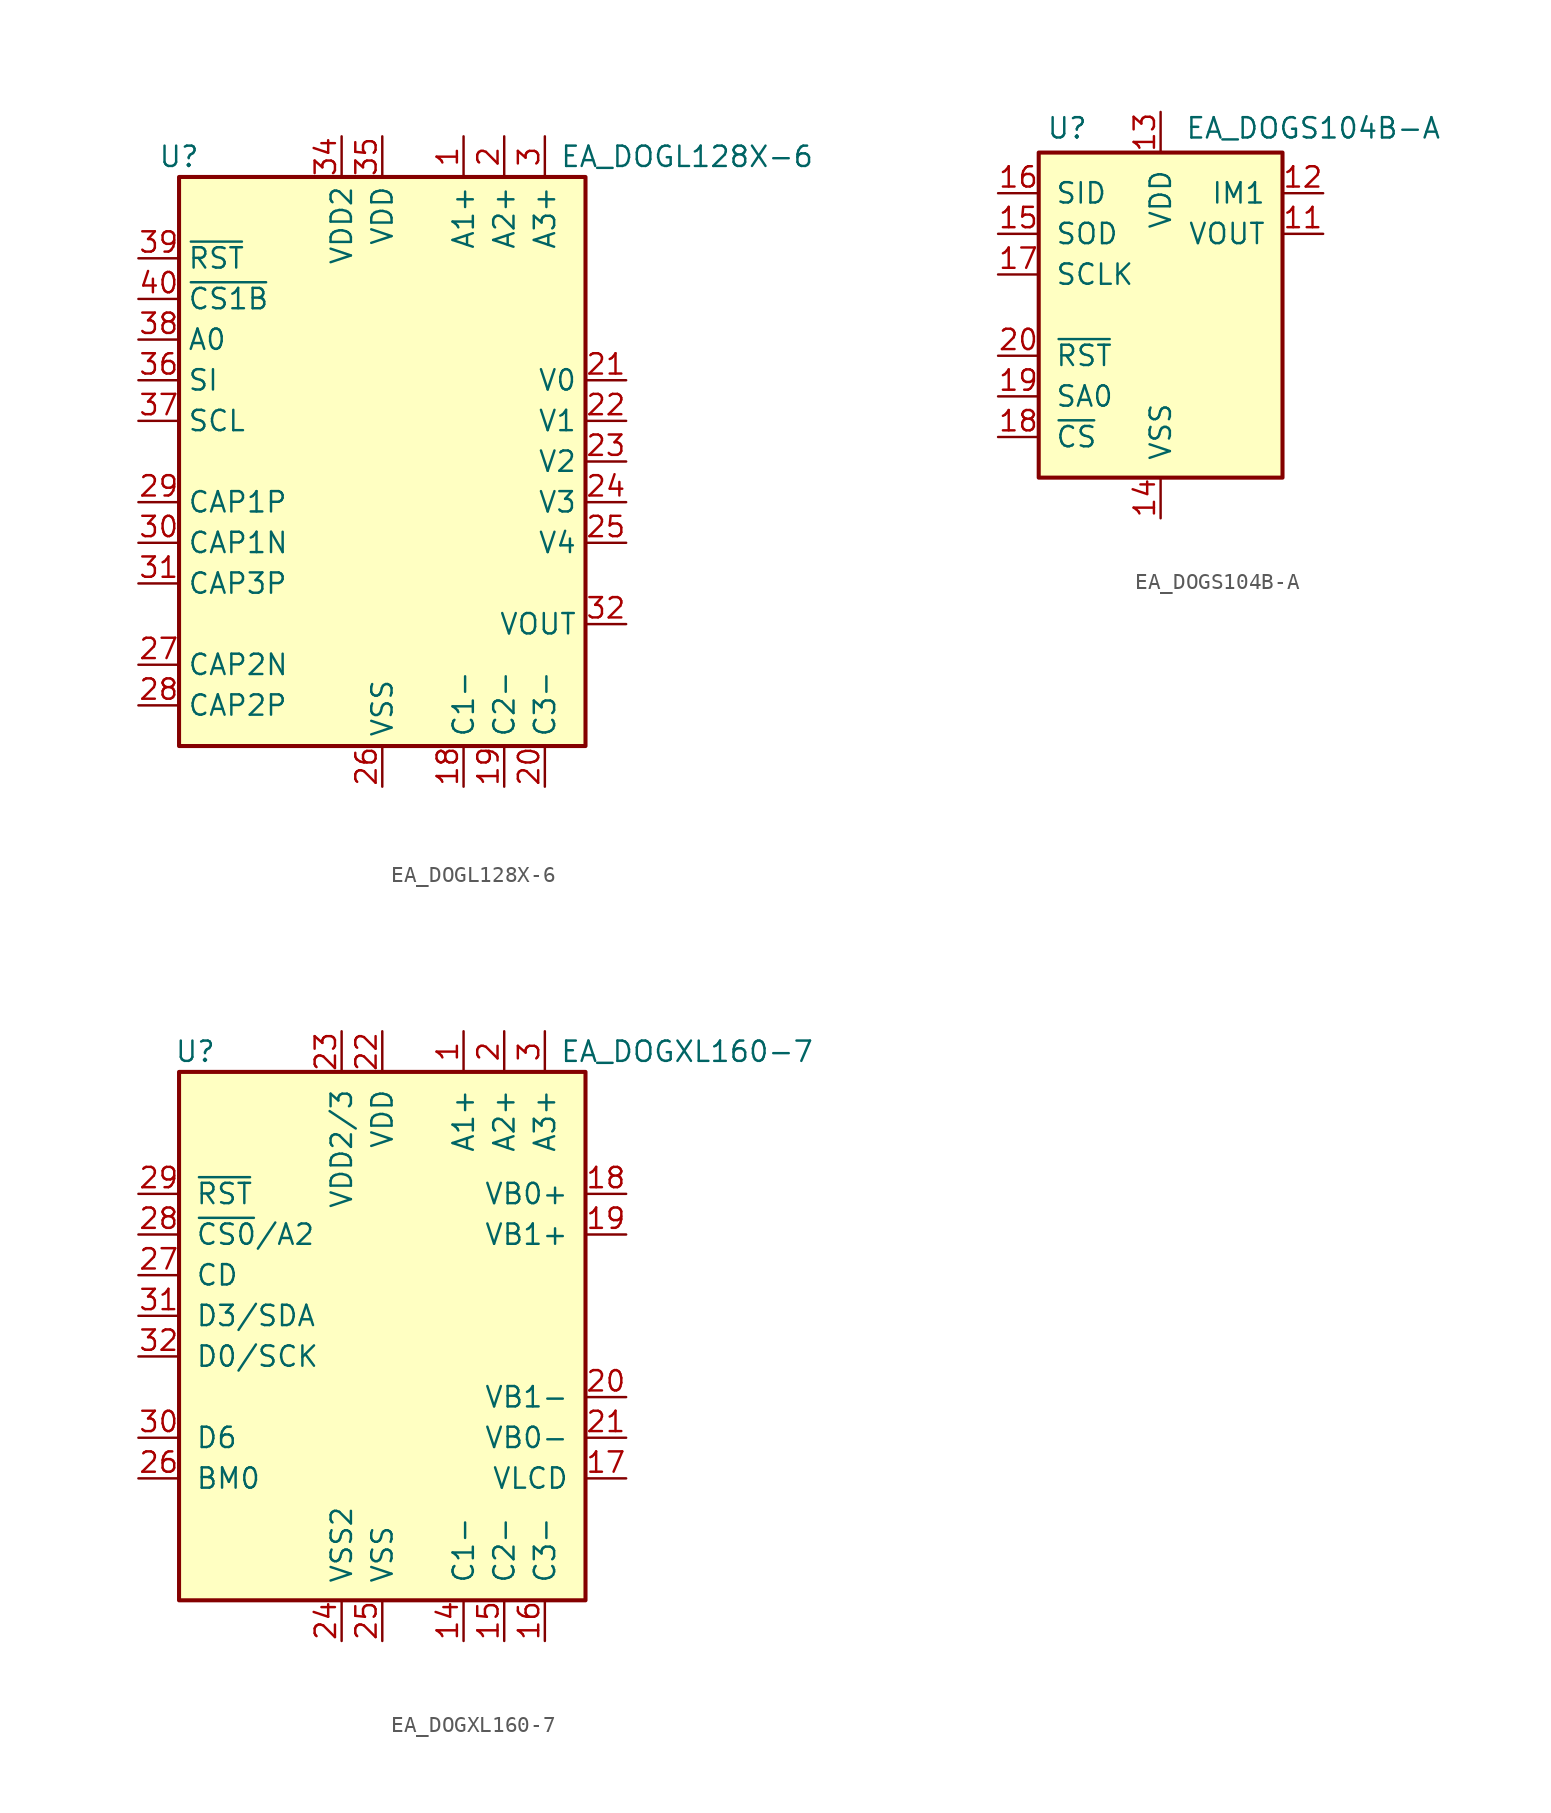
<source format=kicad_sym>
(kicad_symbol_lib
  (version 20241209)
  (generator "kicad_symbol_editor")
  (generator_version "9.0")
  (symbol "EA_DOGL128X-6"
    (property "Reference" "U"
      (at -12.7 19.05 0)
      (effects (font (size 1.27 1.27))))
    (property "Value" "EA_DOGL128X-6"
      (at 19.05 19.05 0)
      (effects (font (size 1.27 1.27))))
    (symbol "EA_DOGL128X-6_1_1"
      (rectangle (start -12.7 17.78) (end 12.7 -17.78) (stroke (width 0.254) (type default)) (fill (type background)))
      (pin input line (at -15.24 12.7 0) (length 2.54) (name "~{RST}" (effects (font (size 1.27 1.27)))) (number "39" (effects (font (size 1.27 1.27)))))
      (pin input line (at -15.24 10.16 0) (length 2.54) (name "~{CS1B}" (effects (font (size 1.27 1.27)))) (number "40" (effects (font (size 1.27 1.27)))))
      (pin input line (at -15.24 7.62 0) (length 2.54) (name "A0" (effects (font (size 1.27 1.27)))) (number "38" (effects (font (size 1.27 1.27)))))
      (pin input line (at -15.24 5.08 0) (length 2.54) (name "SI" (effects (font (size 1.27 1.27)))) (number "36" (effects (font (size 1.27 1.27)))))
      (pin input line (at -15.24 2.54 0) (length 2.54) (name "SCL" (effects (font (size 1.27 1.27)))) (number "37" (effects (font (size 1.27 1.27)))))
      (pin passive line (at -15.24 -2.54 0) (length 2.54) (name "CAP1P" (effects (font (size 1.27 1.27)))) (number "29" (effects (font (size 1.27 1.27)))))
      (pin passive line (at -15.24 -5.08 0) (length 2.54) (name "CAP1N" (effects (font (size 1.27 1.27)))) (number "30" (effects (font (size 1.27 1.27)))))
      (pin passive line (at -15.24 -7.62 0) (length 2.54) (name "CAP3P" (effects (font (size 1.27 1.27)))) (number "31" (effects (font (size 1.27 1.27)))))
      (pin passive line (at -15.24 -12.7 0) (length 2.54) (name "CAP2N" (effects (font (size 1.27 1.27)))) (number "27" (effects (font (size 1.27 1.27)))))
      (pin passive line (at -15.24 -15.24 0) (length 2.54) (name "CAP2P" (effects (font (size 1.27 1.27)))) (number "28" (effects (font (size 1.27 1.27)))))
      (pin power_in line (at -2.54 20.32 270) (length 2.54) (name "VDD2" (effects (font (size 1.27 1.27)))) (number "34" (effects (font (size 1.27 1.27)))))
      (pin power_in line (at 0 20.32 270) (length 2.54) (name "VDD" (effects (font (size 1.27 1.27)))) (number "35" (effects (font (size 1.27 1.27)))))
      (pin power_in line (at 0 -20.32 90) (length 2.54) (name "VSS" (effects (font (size 1.27 1.27)))) (number "26" (effects (font (size 1.27 1.27)))))
      (pin passive line (at 0 -20.32 90) (length 2.54) (hide yes) (name "VSS" (effects (font (size 1.27 1.27)))) (number "33" (effects (font (size 1.27 1.27)))))
      (pin power_in line (at 5.08 20.32 270) (length 2.54) (name "A1+" (effects (font (size 1.27 1.27)))) (number "1" (effects (font (size 1.27 1.27)))))
      (pin power_in line (at 5.08 -20.32 90) (length 2.54) (name "C1-" (effects (font (size 1.27 1.27)))) (number "18" (effects (font (size 1.27 1.27)))))
      (pin power_in line (at 7.62 20.32 270) (length 2.54) (name "A2+" (effects (font (size 1.27 1.27)))) (number "2" (effects (font (size 1.27 1.27)))))
      (pin power_in line (at 7.62 -20.32 90) (length 2.54) (name "C2-" (effects (font (size 1.27 1.27)))) (number "19" (effects (font (size 1.27 1.27)))))
      (pin power_in line (at 10.16 20.32 270) (length 2.54) (name "A3+" (effects (font (size 1.27 1.27)))) (number "3" (effects (font (size 1.27 1.27)))))
      (pin power_in line (at 10.16 -20.32 90) (length 2.54) (name "C3-" (effects (font (size 1.27 1.27)))) (number "20" (effects (font (size 1.27 1.27)))))
      (pin passive line (at 15.24 5.08 180) (length 2.54) (name "V0" (effects (font (size 1.27 1.27)))) (number "21" (effects (font (size 1.27 1.27)))))
      (pin passive line (at 15.24 2.54 180) (length 2.54) (name "V1" (effects (font (size 1.27 1.27)))) (number "22" (effects (font (size 1.27 1.27)))))
      (pin passive line (at 15.24 0 180) (length 2.54) (name "V2" (effects (font (size 1.27 1.27)))) (number "23" (effects (font (size 1.27 1.27)))))
      (pin passive line (at 15.24 -2.54 180) (length 2.54) (name "V3" (effects (font (size 1.27 1.27)))) (number "24" (effects (font (size 1.27 1.27)))))
      (pin passive line (at 15.24 -5.08 180) (length 2.54) (name "V4" (effects (font (size 1.27 1.27)))) (number "25" (effects (font (size 1.27 1.27)))))
      (pin output line (at 15.24 -10.16 180) (length 2.54) (name "VOUT" (effects (font (size 1.27 1.27)))) (number "32" (effects (font (size 1.27 1.27)))))))
  (symbol "EA_DOGS104B-A"
    (pin_names
      (offset 1.016))
    (property "Reference" "U"
      (at -5.842 11.684 0)
      (effects (font (size 1.27 1.27))))
    (property "Value" "EA_DOGS104B-A"
      (at 1.524 11.684 0)
      (effects (font (size 1.27 1.27)) (justify left)))
    (symbol "EA_DOGS104B-A_0_1"
      (rectangle (start -7.62 10.16) (end 7.62 -10.16) (stroke (width 0.254) (type default)) (fill (type background))))
    (symbol "EA_DOGS104B-A_1_1"
      (pin input line (at -10.16 7.62 0) (length 2.54) (name "SID" (effects (font (size 1.27 1.27)))) (number "16" (effects (font (size 1.27 1.27)))))
      (pin output line (at -10.16 5.08 0) (length 2.54) (name "SOD" (effects (font (size 1.27 1.27)))) (number "15" (effects (font (size 1.27 1.27)))))
      (pin input line (at -10.16 2.54 0) (length 2.54) (name "SCLK" (effects (font (size 1.27 1.27)))) (number "17" (effects (font (size 1.27 1.27)))))
      (pin input line (at -10.16 -2.54 0) (length 2.54) (name "~{RST}" (effects (font (size 1.27 1.27)))) (number "20" (effects (font (size 1.27 1.27)))))
      (pin input line (at -10.16 -5.08 0) (length 2.54) (name "SA0" (effects (font (size 1.27 1.27)))) (number "19" (effects (font (size 1.27 1.27)))))
      (pin input line (at -10.16 -7.62 0) (length 2.54) (name "~{CS}" (effects (font (size 1.27 1.27)))) (number "18" (effects (font (size 1.27 1.27)))))
      (pin power_in line (at 0 12.7 270) (length 2.54) (name "VDD" (effects (font (size 1.27 1.27)))) (number "13" (effects (font (size 1.27 1.27)))))
      (pin power_in line (at 0 -12.7 90) (length 2.54) (name "VSS" (effects (font (size 1.27 1.27)))) (number "14" (effects (font (size 1.27 1.27)))))
      (pin no_connect line (at 7.62 0 180) (length 2.54) (hide yes) (name "NC" (effects (font (size 1.27 1.27)))) (number "1" (effects (font (size 1.27 1.27)))))
      (pin no_connect line (at 7.62 -2.54 180) (length 2.54) (hide yes) (name "NC" (effects (font (size 1.27 1.27)))) (number "2" (effects (font (size 1.27 1.27)))))
      (pin no_connect line (at 7.62 -5.08 180) (length 2.54) (hide yes) (name "NC" (effects (font (size 1.27 1.27)))) (number "9" (effects (font (size 1.27 1.27)))))
      (pin no_connect line (at 7.62 -7.62 180) (length 2.54) (hide yes) (name "NC" (effects (font (size 1.27 1.27)))) (number "10" (effects (font (size 1.27 1.27)))))
      (pin input line (at 10.16 7.62 180) (length 2.54) (name "IM1" (effects (font (size 1.27 1.27)))) (number "12" (effects (font (size 1.27 1.27)))))
      (pin output line (at 10.16 5.08 180) (length 2.54) (name "VOUT" (effects (font (size 1.27 1.27)))) (number "11" (effects (font (size 1.27 1.27)))))))
  (symbol "EA_DOGXL160-7"
    (pin_names
      (offset 1.016))
    (property "Reference" "U"
      (at -11.684 16.51 0)
      (effects (font (size 1.27 1.27))))
    (property "Value" "EA_DOGXL160-7"
      (at 19.05 16.51 0)
      (effects (font (size 1.27 1.27))))
    (symbol "EA_DOGXL160-7_0_1"
      (rectangle (start -12.7 15.24) (end 12.7 -17.78) (stroke (width 0.254) (type default)) (fill (type background))))
    (symbol "EA_DOGXL160-7_1_1"
      (pin input line (at -15.24 7.62 0) (length 2.54) (name "~{RST}" (effects (font (size 1.27 1.27)))) (number "29" (effects (font (size 1.27 1.27)))))
      (pin input line (at -15.24 5.08 0) (length 2.54) (name "~{CS0}/A2" (effects (font (size 1.27 1.27)))) (number "28" (effects (font (size 1.27 1.27)))))
      (pin input line (at -15.24 2.54 0) (length 2.54) (name "CD" (effects (font (size 1.27 1.27)))) (number "27" (effects (font (size 1.27 1.27)))))
      (pin bidirectional line (at -15.24 0 0) (length 2.54) (name "D3/SDA" (effects (font (size 1.27 1.27)))) (number "31" (effects (font (size 1.27 1.27)))))
      (pin input line (at -15.24 -2.54 0) (length 2.54) (name "D0/SCK" (effects (font (size 1.27 1.27)))) (number "32" (effects (font (size 1.27 1.27)))))
      (pin input line (at -15.24 -7.62 0) (length 2.54) (name "D6" (effects (font (size 1.27 1.27)))) (number "30" (effects (font (size 1.27 1.27)))))
      (pin input line (at -15.24 -10.16 0) (length 2.54) (name "BM0" (effects (font (size 1.27 1.27)))) (number "26" (effects (font (size 1.27 1.27)))))
      (pin power_in line (at -2.54 17.78 270) (length 2.54) (name "VDD2/3" (effects (font (size 1.27 1.27)))) (number "23" (effects (font (size 1.27 1.27)))))
      (pin power_in line (at -2.54 -20.32 90) (length 2.54) (name "VSS2" (effects (font (size 1.27 1.27)))) (number "24" (effects (font (size 1.27 1.27)))))
      (pin power_in line (at 0 17.78 270) (length 2.54) (name "VDD" (effects (font (size 1.27 1.27)))) (number "22" (effects (font (size 1.27 1.27)))))
      (pin power_in line (at 0 -20.32 90) (length 2.54) (name "VSS" (effects (font (size 1.27 1.27)))) (number "25" (effects (font (size 1.27 1.27)))))
      (pin power_in line (at 5.08 17.78 270) (length 2.54) (name "A1+" (effects (font (size 1.27 1.27)))) (number "1" (effects (font (size 1.27 1.27)))))
      (pin power_in line (at 5.08 -20.32 90) (length 2.54) (name "C1-" (effects (font (size 1.27 1.27)))) (number "14" (effects (font (size 1.27 1.27)))))
      (pin power_in line (at 7.62 17.78 270) (length 2.54) (name "A2+" (effects (font (size 1.27 1.27)))) (number "2" (effects (font (size 1.27 1.27)))))
      (pin power_in line (at 7.62 -20.32 90) (length 2.54) (name "C2-" (effects (font (size 1.27 1.27)))) (number "15" (effects (font (size 1.27 1.27)))))
      (pin power_in line (at 10.16 17.78 270) (length 2.54) (name "A3+" (effects (font (size 1.27 1.27)))) (number "3" (effects (font (size 1.27 1.27)))))
      (pin power_in line (at 10.16 -20.32 90) (length 2.54) (name "C3-" (effects (font (size 1.27 1.27)))) (number "16" (effects (font (size 1.27 1.27)))))
      (pin passive line (at 15.24 7.62 180) (length 2.54) (name "VB0+" (effects (font (size 1.27 1.27)))) (number "18" (effects (font (size 1.27 1.27)))))
      (pin passive line (at 15.24 5.08 180) (length 2.54) (name "VB1+" (effects (font (size 1.27 1.27)))) (number "19" (effects (font (size 1.27 1.27)))))
      (pin passive line (at 15.24 -5.08 180) (length 2.54) (name "VB1-" (effects (font (size 1.27 1.27)))) (number "20" (effects (font (size 1.27 1.27)))))
      (pin passive line (at 15.24 -7.62 180) (length 2.54) (name "VB0-" (effects (font (size 1.27 1.27)))) (number "21" (effects (font (size 1.27 1.27)))))
      (pin passive line (at 15.24 -10.16 180) (length 2.54) (name "VLCD" (effects (font (size 1.27 1.27)))) (number "17" (effects (font (size 1.27 1.27))))))))
</source>
